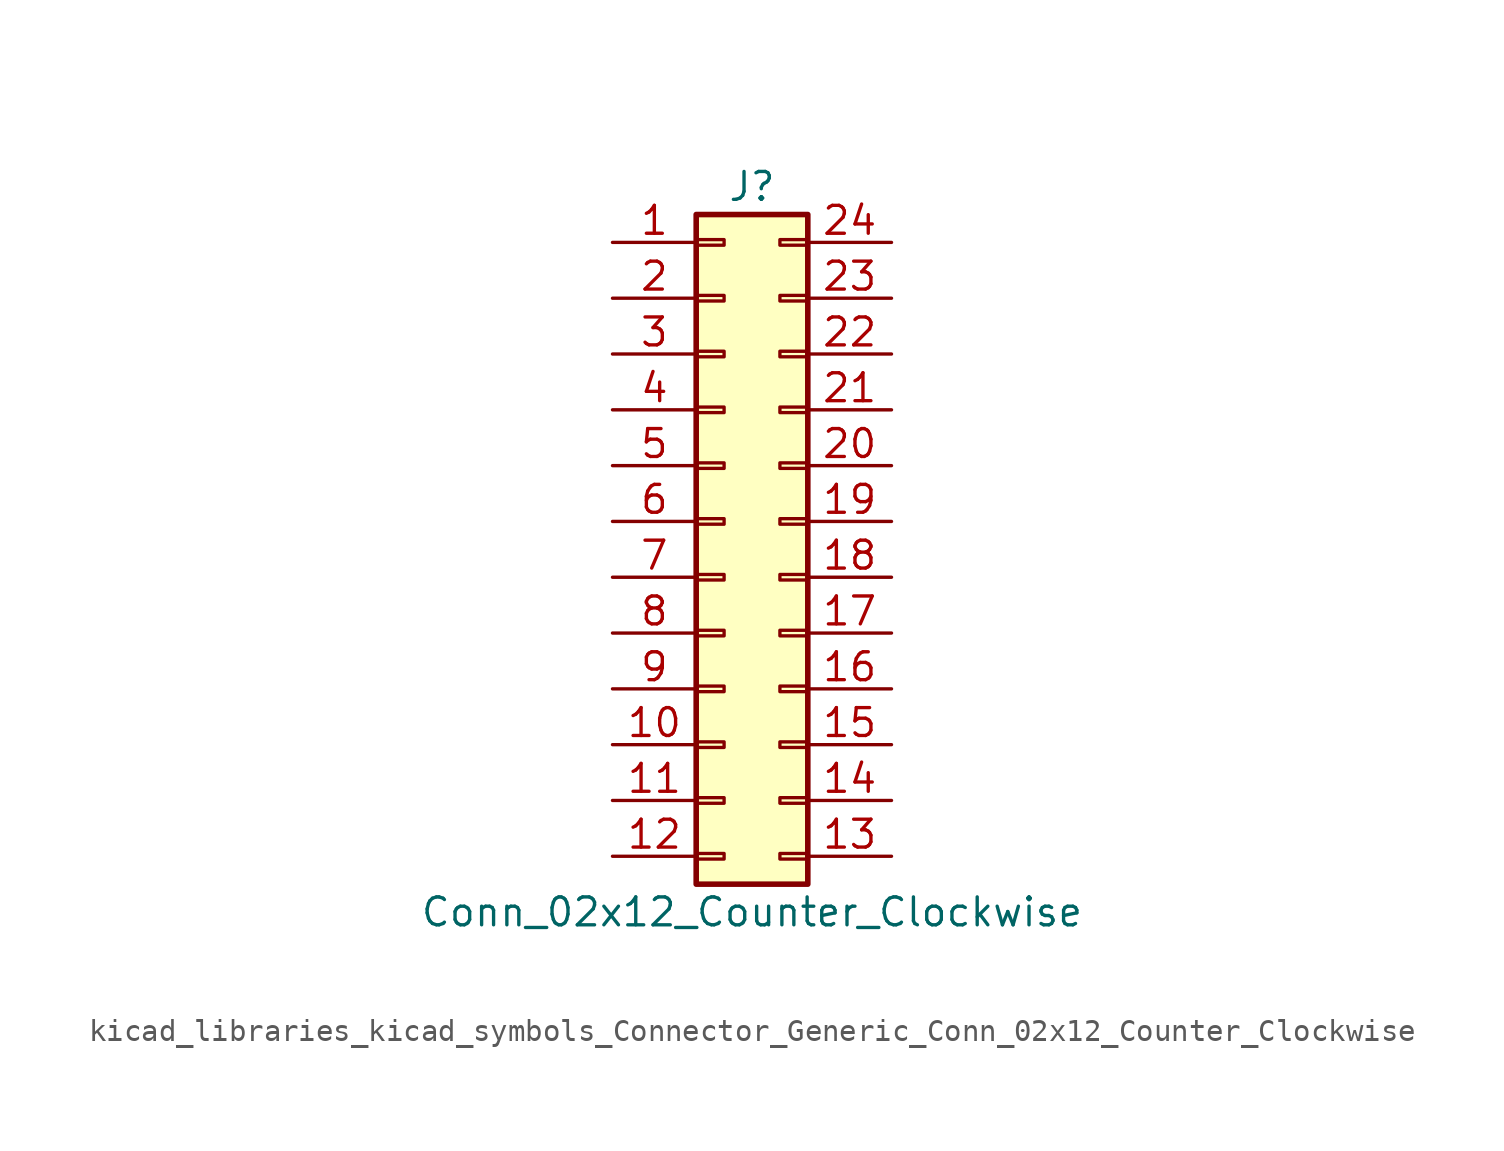
<source format=kicad_sym>
(kicad_symbol_lib
  (version 20220914)
  (generator kicad_symbol_editor)
  (symbol "kicad_libraries_kicad_symbols_Connector_Generic_Conn_02x12_Counter_Clockwise"
    (pin_names
      (offset 1.016) hide)
    (property "Reference" "J"
      (at 1.27 15.24 0)
      (effects (font (size 1.27 1.27))))
    (property "Value" "Conn_02x12_Counter_Clockwise"
      (at 1.27 -17.78 0)
      (effects (font (size 1.27 1.27))))
    (symbol "kicad_libraries_kicad_symbols_Connector_Generic_Conn_02x12_Counter_Clockwise_1_1"
      (rectangle (start -1.27 -15.113) (end 0 -15.367) (stroke (width 0.152) (type default)) (fill (type none)))
      (rectangle (start -1.27 -12.573) (end 0 -12.827) (stroke (width 0.152) (type default)) (fill (type none)))
      (rectangle (start -1.27 -10.033) (end 0 -10.287) (stroke (width 0.152) (type default)) (fill (type none)))
      (rectangle (start -1.27 -7.493) (end 0 -7.747) (stroke (width 0.152) (type default)) (fill (type none)))
      (rectangle (start -1.27 -4.953) (end 0 -5.207) (stroke (width 0.152) (type default)) (fill (type none)))
      (rectangle (start -1.27 -2.413) (end 0 -2.667) (stroke (width 0.152) (type default)) (fill (type none)))
      (rectangle (start -1.27 0.127) (end 0 -0.127) (stroke (width 0.152) (type default)) (fill (type none)))
      (rectangle (start -1.27 2.667) (end 0 2.413) (stroke (width 0.152) (type default)) (fill (type none)))
      (rectangle (start -1.27 5.207) (end 0 4.953) (stroke (width 0.152) (type default)) (fill (type none)))
      (rectangle (start -1.27 7.747) (end 0 7.493) (stroke (width 0.152) (type default)) (fill (type none)))
      (rectangle (start -1.27 10.287) (end 0 10.033) (stroke (width 0.152) (type default)) (fill (type none)))
      (rectangle (start -1.27 12.827) (end 0 12.573) (stroke (width 0.152) (type default)) (fill (type none)))
      (rectangle (start -1.27 13.97) (end 3.81 -16.51) (stroke (width 0.254) (type default)) (fill (type background)))
      (rectangle (start 3.81 -15.113) (end 2.54 -15.367) (stroke (width 0.152) (type default)) (fill (type none)))
      (rectangle (start 3.81 -12.573) (end 2.54 -12.827) (stroke (width 0.152) (type default)) (fill (type none)))
      (rectangle (start 3.81 -10.033) (end 2.54 -10.287) (stroke (width 0.152) (type default)) (fill (type none)))
      (rectangle (start 3.81 -7.493) (end 2.54 -7.747) (stroke (width 0.152) (type default)) (fill (type none)))
      (rectangle (start 3.81 -4.953) (end 2.54 -5.207) (stroke (width 0.152) (type default)) (fill (type none)))
      (rectangle (start 3.81 -2.413) (end 2.54 -2.667) (stroke (width 0.152) (type default)) (fill (type none)))
      (rectangle (start 3.81 0.127) (end 2.54 -0.127) (stroke (width 0.152) (type default)) (fill (type none)))
      (rectangle (start 3.81 2.667) (end 2.54 2.413) (stroke (width 0.152) (type default)) (fill (type none)))
      (rectangle (start 3.81 5.207) (end 2.54 4.953) (stroke (width 0.152) (type default)) (fill (type none)))
      (rectangle (start 3.81 7.747) (end 2.54 7.493) (stroke (width 0.152) (type default)) (fill (type none)))
      (rectangle (start 3.81 10.287) (end 2.54 10.033) (stroke (width 0.152) (type default)) (fill (type none)))
      (rectangle (start 3.81 12.827) (end 2.54 12.573) (stroke (width 0.152) (type default)) (fill (type none)))
      (pin passive line (at -5.08 12.7 0) (length 3.81) (name "Pin_1" (effects (font (size 1.27 1.27)))) (number "1" (effects (font (size 1.27 1.27)))))
      (pin passive line (at -5.08 -10.16 0) (length 3.81) (name "Pin_10" (effects (font (size 1.27 1.27)))) (number "10" (effects (font (size 1.27 1.27)))))
      (pin passive line (at -5.08 -12.7 0) (length 3.81) (name "Pin_11" (effects (font (size 1.27 1.27)))) (number "11" (effects (font (size 1.27 1.27)))))
      (pin passive line (at -5.08 -15.24 0) (length 3.81) (name "Pin_12" (effects (font (size 1.27 1.27)))) (number "12" (effects (font (size 1.27 1.27)))))
      (pin passive line (at 7.62 -15.24 180) (length 3.81) (name "Pin_13" (effects (font (size 1.27 1.27)))) (number "13" (effects (font (size 1.27 1.27)))))
      (pin passive line (at 7.62 -12.7 180) (length 3.81) (name "Pin_14" (effects (font (size 1.27 1.27)))) (number "14" (effects (font (size 1.27 1.27)))))
      (pin passive line (at 7.62 -10.16 180) (length 3.81) (name "Pin_15" (effects (font (size 1.27 1.27)))) (number "15" (effects (font (size 1.27 1.27)))))
      (pin passive line (at 7.62 -7.62 180) (length 3.81) (name "Pin_16" (effects (font (size 1.27 1.27)))) (number "16" (effects (font (size 1.27 1.27)))))
      (pin passive line (at 7.62 -5.08 180) (length 3.81) (name "Pin_17" (effects (font (size 1.27 1.27)))) (number "17" (effects (font (size 1.27 1.27)))))
      (pin passive line (at 7.62 -2.54 180) (length 3.81) (name "Pin_18" (effects (font (size 1.27 1.27)))) (number "18" (effects (font (size 1.27 1.27)))))
      (pin passive line (at 7.62 0 180) (length 3.81) (name "Pin_19" (effects (font (size 1.27 1.27)))) (number "19" (effects (font (size 1.27 1.27)))))
      (pin passive line (at -5.08 10.16 0) (length 3.81) (name "Pin_2" (effects (font (size 1.27 1.27)))) (number "2" (effects (font (size 1.27 1.27)))))
      (pin passive line (at 7.62 2.54 180) (length 3.81) (name "Pin_20" (effects (font (size 1.27 1.27)))) (number "20" (effects (font (size 1.27 1.27)))))
      (pin passive line (at 7.62 5.08 180) (length 3.81) (name "Pin_21" (effects (font (size 1.27 1.27)))) (number "21" (effects (font (size 1.27 1.27)))))
      (pin passive line (at 7.62 7.62 180) (length 3.81) (name "Pin_22" (effects (font (size 1.27 1.27)))) (number "22" (effects (font (size 1.27 1.27)))))
      (pin passive line (at 7.62 10.16 180) (length 3.81) (name "Pin_23" (effects (font (size 1.27 1.27)))) (number "23" (effects (font (size 1.27 1.27)))))
      (pin passive line (at 7.62 12.7 180) (length 3.81) (name "Pin_24" (effects (font (size 1.27 1.27)))) (number "24" (effects (font (size 1.27 1.27)))))
      (pin passive line (at -5.08 7.62 0) (length 3.81) (name "Pin_3" (effects (font (size 1.27 1.27)))) (number "3" (effects (font (size 1.27 1.27)))))
      (pin passive line (at -5.08 5.08 0) (length 3.81) (name "Pin_4" (effects (font (size 1.27 1.27)))) (number "4" (effects (font (size 1.27 1.27)))))
      (pin passive line (at -5.08 2.54 0) (length 3.81) (name "Pin_5" (effects (font (size 1.27 1.27)))) (number "5" (effects (font (size 1.27 1.27)))))
      (pin passive line (at -5.08 0 0) (length 3.81) (name "Pin_6" (effects (font (size 1.27 1.27)))) (number "6" (effects (font (size 1.27 1.27)))))
      (pin passive line (at -5.08 -2.54 0) (length 3.81) (name "Pin_7" (effects (font (size 1.27 1.27)))) (number "7" (effects (font (size 1.27 1.27)))))
      (pin passive line (at -5.08 -5.08 0) (length 3.81) (name "Pin_8" (effects (font (size 1.27 1.27)))) (number "8" (effects (font (size 1.27 1.27)))))
      (pin passive line (at -5.08 -7.62 0) (length 3.81) (name "Pin_9" (effects (font (size 1.27 1.27)))) (number "9" (effects (font (size 1.27 1.27))))))))
</source>
